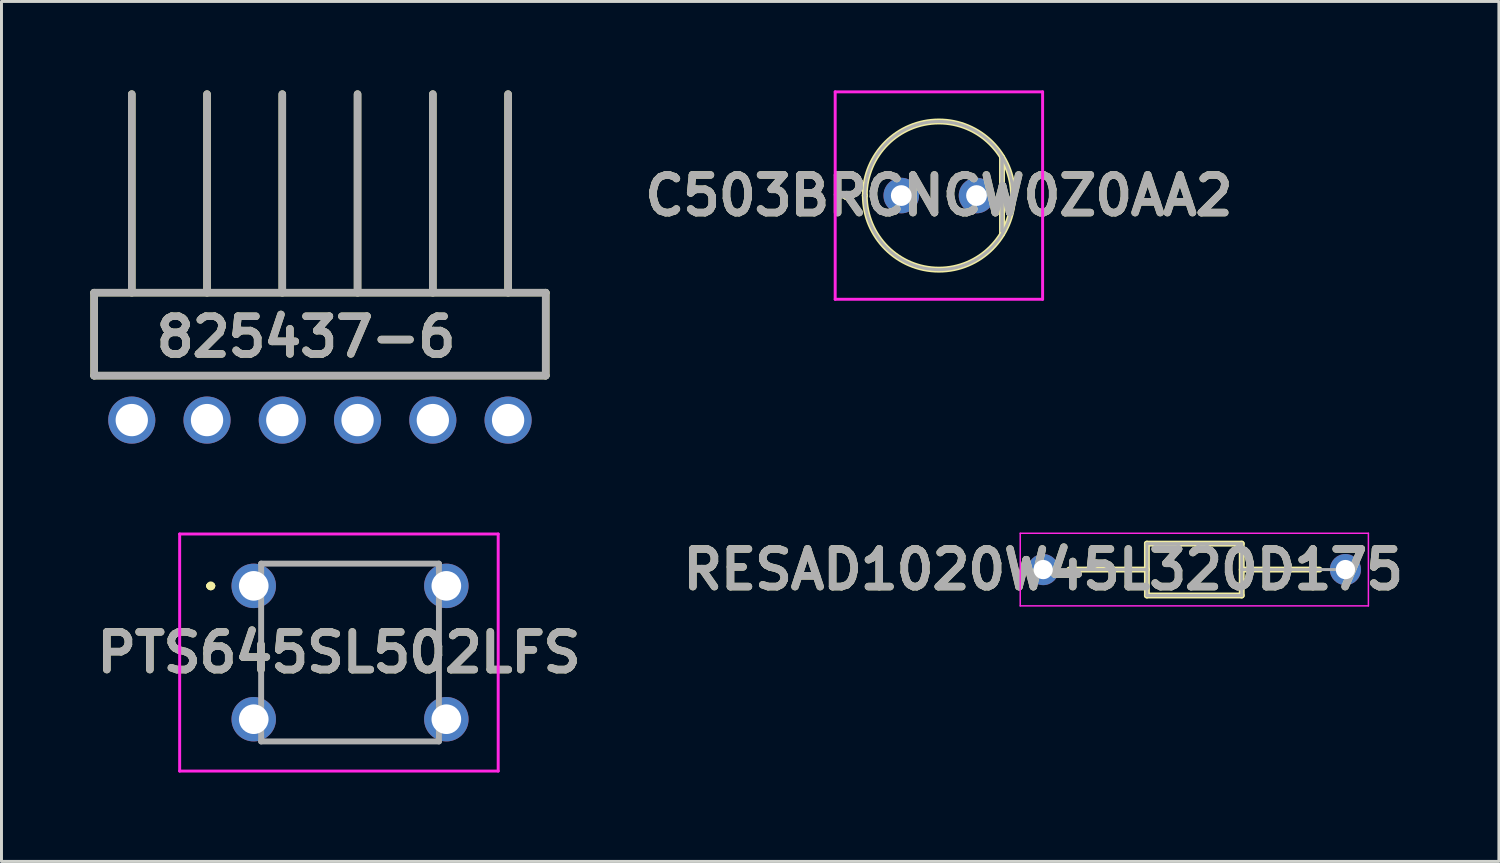
<source format=kicad_pcb>
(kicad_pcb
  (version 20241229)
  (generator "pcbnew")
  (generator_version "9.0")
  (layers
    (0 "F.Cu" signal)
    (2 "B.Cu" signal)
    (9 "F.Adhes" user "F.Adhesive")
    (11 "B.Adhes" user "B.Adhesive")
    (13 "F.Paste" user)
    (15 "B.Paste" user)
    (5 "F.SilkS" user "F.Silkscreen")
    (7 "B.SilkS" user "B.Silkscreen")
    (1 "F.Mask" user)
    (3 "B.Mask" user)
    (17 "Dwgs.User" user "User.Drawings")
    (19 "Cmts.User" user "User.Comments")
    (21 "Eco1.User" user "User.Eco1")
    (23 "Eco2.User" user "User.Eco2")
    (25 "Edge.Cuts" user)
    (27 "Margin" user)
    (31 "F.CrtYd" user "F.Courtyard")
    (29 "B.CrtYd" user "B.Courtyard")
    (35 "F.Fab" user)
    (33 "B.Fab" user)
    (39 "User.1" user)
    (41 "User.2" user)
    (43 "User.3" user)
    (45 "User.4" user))
  (footprint "825437-6"
    (layer "F.Cu")
    (at 7.747 6.827)
    (property "Reference" "825437-6" (at -0.469 1.492 0) (layer "F.SilkS") (effects (font (size 1.27 1.27) (thickness 0.254))))
    (attr through_hole)
    (fp_line (start -7.62 0) (end -7.62 2.8) (stroke (width 0.254) (type solid)) (layer "F.SilkS"))
    (fp_line (start -7.62 2.8) (end 7.62 2.8) (stroke (width 0.254) (type solid)) (layer "F.SilkS"))
    (fp_line (start -6.35 0) (end -6.35 -6.7) (stroke (width 0.254) (type solid)) (layer "F.SilkS"))
    (fp_line (start -3.81 0) (end -3.81 -6.7) (stroke (width 0.254) (type solid)) (layer "F.SilkS"))
    (fp_line (start -1.27 0) (end -1.27 -6.7) (stroke (width 0.254) (type solid)) (layer "F.SilkS"))
    (fp_line (start 1.27 0) (end 1.27 -6.7) (stroke (width 0.254) (type solid)) (layer "F.SilkS"))
    (fp_line (start 3.81 0) (end 3.81 -6.7) (stroke (width 0.254) (type solid)) (layer "F.SilkS"))
    (fp_line (start 6.35 0) (end 6.35 -6.7) (stroke (width 0.254) (type solid)) (layer "F.SilkS"))
    (fp_line (start 7.62 0) (end -7.62 0) (stroke (width 0.254) (type solid)) (layer "F.SilkS"))
    (fp_line (start 7.62 2.8) (end 7.62 0) (stroke (width 0.254) (type solid)) (layer "F.SilkS"))
    (fp_line (start -7.62 0) (end 7.62 0) (stroke (width 0.254) (type solid)) (layer "F.Fab"))
    (fp_line (start -7.62 2.8) (end -7.62 0) (stroke (width 0.254) (type solid)) (layer "F.Fab"))
    (fp_line (start -6.35 0) (end -6.35 -6.7) (stroke (width 0.254) (type solid)) (layer "F.Fab"))
    (fp_line (start -3.81 0) (end -3.81 -6.7) (stroke (width 0.254) (type solid)) (layer "F.Fab"))
    (fp_line (start -1.27 0) (end -1.27 -6.7) (stroke (width 0.254) (type solid)) (layer "F.Fab"))
    (fp_line (start 1.27 0) (end 1.27 -6.7) (stroke (width 0.254) (type solid)) (layer "F.Fab"))
    (fp_line (start 3.81 0) (end 3.81 -6.7) (stroke (width 0.254) (type solid)) (layer "F.Fab"))
    (fp_line (start 6.35 0) (end 6.35 -6.7) (stroke (width 0.254) (type solid)) (layer "F.Fab"))
    (fp_line (start 7.62 0) (end 7.62 2.8) (stroke (width 0.254) (type solid)) (layer "F.Fab"))
    (fp_line (start 7.62 2.8) (end -7.62 2.8) (stroke (width 0.254) (type solid)) (layer "F.Fab"))
    (fp_text user "${REFERENCE}" (at -0.469 1.492 0) (layer "F.Fab") (effects (font (size 1.27 1.27) (thickness 0.254))))
    (pad "1" thru_hole circle (at -6.35 4.3) (size 1.59 1.59) (drill 1.09) (layers "*.Cu" "*.Mask"))
    (pad "2" thru_hole circle (at -3.81 4.3) (size 1.59 1.59) (drill 1.09) (layers "*.Cu" "*.Mask"))
    (pad "3" thru_hole circle (at -1.27 4.3) (size 1.59 1.59) (drill 1.09) (layers "*.Cu" "*.Mask"))
    (pad "4" thru_hole circle (at 1.27 4.3) (size 1.59 1.59) (drill 1.09) (layers "*.Cu" "*.Mask"))
    (pad "5" thru_hole circle (at 3.81 4.3) (size 1.59 1.59) (drill 1.09) (layers "*.Cu" "*.Mask"))
    (pad "6" thru_hole circle (at 6.35 4.3) (size 1.59 1.59) (drill 1.09) (layers "*.Cu" "*.Mask")))
  (footprint "RESAD1020W45L320D175"
    (layer "F.Cu")
    (at 32.156 16.172)
    (property "Reference" "RESAD1020W45L320D175" (at 0 0 0) (layer "F.SilkS") (effects (font (size 1.27 1.27) (thickness 0.254))))
    (attr through_hole)
    (fp_line (start 0.875 0) (end 3.5 0) (stroke (width 0.2) (type solid)) (layer "F.SilkS"))
    (fp_line (start 3.5 -0.875) (end 6.7 -0.875) (stroke (width 0.2) (type solid)) (layer "F.SilkS"))
    (fp_line (start 3.5 0.875) (end 3.5 -0.875) (stroke (width 0.2) (type solid)) (layer "F.SilkS"))
    (fp_line (start 6.7 -0.875) (end 6.7 0.875) (stroke (width 0.2) (type solid)) (layer "F.SilkS"))
    (fp_line (start 6.7 0) (end 9.325 0) (stroke (width 0.2) (type solid)) (layer "F.SilkS"))
    (fp_line (start 6.7 0.875) (end 3.5 0.875) (stroke (width 0.2) (type solid)) (layer "F.SilkS"))
    (fp_line (start -0.775 -1.225) (end 10.975 -1.225) (stroke (width 0.05) (type solid)) (layer "F.CrtYd"))
    (fp_line (start -0.775 1.225) (end -0.775 -1.225) (stroke (width 0.05) (type solid)) (layer "F.CrtYd"))
    (fp_line (start 10.975 -1.225) (end 10.975 1.225) (stroke (width 0.05) (type solid)) (layer "F.CrtYd"))
    (fp_line (start 10.975 1.225) (end -0.775 1.225) (stroke (width 0.05) (type solid)) (layer "F.CrtYd"))
    (fp_line (start 0 0) (end 3.5 0) (stroke (width 0.1) (type solid)) (layer "F.Fab"))
    (fp_line (start 3.5 -0.875) (end 6.7 -0.875) (stroke (width 0.1) (type solid)) (layer "F.Fab"))
    (fp_line (start 3.5 0.875) (end 3.5 -0.875) (stroke (width 0.1) (type solid)) (layer "F.Fab"))
    (fp_line (start 6.7 -0.875) (end 6.7 0.875) (stroke (width 0.1) (type solid)) (layer "F.Fab"))
    (fp_line (start 6.7 0) (end 10.2 0) (stroke (width 0.1) (type solid)) (layer "F.Fab"))
    (fp_line (start 6.7 0.875) (end 3.5 0.875) (stroke (width 0.1) (type solid)) (layer "F.Fab"))
    (fp_text user "${REFERENCE}" (at 0 0 0) (layer "F.Fab") (effects (font (size 1.27 1.27) (thickness 0.254))))
    (pad "1" thru_hole circle (at 0 0) (size 1.05 1.05) (drill 0.65) (layers "*.Cu" "*.Mask"))
    (pad "2" thru_hole circle (at 10.2 0) (size 1.05 1.05) (drill 0.65) (layers "*.Cu" "*.Mask")))
  (footprint "C503BRCNCW0Z0AA2"
    (layer "F.Cu")
    (at 27.366 3.55)
    (property "Reference" "C503BRCNCW0Z0AA2" (at 1.27 0 0) (layer "F.SilkS") (effects (font (size 1.27 1.27) (thickness 0.254))))
    (attr through_hole)
    (fp_line (start -1.9 0) (end -1.9 0) (stroke (width 0.2) (type solid)) (layer "F.SilkS"))
    (fp_line (start -1.9 0) (end -1.9 0) (stroke (width 0.2) (type solid)) (layer "F.SilkS"))
    (fp_line (start -1.8 0) (end -1.8 0) (stroke (width 0.2) (type solid)) (layer "F.SilkS"))
    (fp_line (start -1.23 0) (end -1.23 0) (stroke (width 0.2) (type solid)) (layer "F.SilkS"))
    (fp_line (start 3.4 -1.3) (end 3.4 1.3) (stroke (width 0.2) (type solid)) (layer "F.SilkS"))
    (fp_line (start 3.77 0) (end 3.77 0) (stroke (width 0.2) (type solid)) (layer "F.SilkS"))
    (fp_arc (start -1.9 0) (mid -1.85 -0.05) (end -1.8 0) (stroke (width 0.2) (type solid)) (layer "F.SilkS"))
    (fp_arc (start -1.8 0) (mid -1.85 0.05) (end -1.9 0) (stroke (width 0.2) (type solid)) (layer "F.SilkS"))
    (fp_arc (start -1.8 0) (mid -1.85 0.05) (end -1.9 0) (stroke (width 0.2) (type solid)) (layer "F.SilkS"))
    (fp_arc (start -1.23 0) (mid 1.27 -2.5) (end 3.77 0) (stroke (width 0.2) (type solid)) (layer "F.SilkS"))
    (fp_arc (start 3.77 0) (mid 1.27 2.5) (end -1.23 0) (stroke (width 0.2) (type solid)) (layer "F.SilkS"))
    (fp_line (start -2.23 -3.5) (end 4.77 -3.5) (stroke (width 0.1) (type solid)) (layer "F.CrtYd"))
    (fp_line (start -2.23 3.5) (end -2.23 -3.5) (stroke (width 0.1) (type solid)) (layer "F.CrtYd"))
    (fp_line (start 4.77 -3.5) (end 4.77 3.5) (stroke (width 0.1) (type solid)) (layer "F.CrtYd"))
    (fp_line (start 4.77 3.5) (end -2.23 3.5) (stroke (width 0.1) (type solid)) (layer "F.CrtYd"))
    (fp_line (start -1.23 0) (end -1.23 0) (stroke (width 0.1) (type solid)) (layer "F.Fab"))
    (fp_line (start 3.4 -1.3) (end 3.4 -1.3) (stroke (width 0.1) (type solid)) (layer "F.Fab"))
    (fp_line (start 3.4 -1.3) (end 3.4 1.2) (stroke (width 0.1) (type solid)) (layer "F.Fab"))
    (fp_line (start 3.4 1.2) (end 3.4 -1.3) (stroke (width 0.1) (type solid)) (layer "F.Fab"))
    (fp_line (start 3.4 1.2) (end 3.4 1.2) (stroke (width 0.1) (type solid)) (layer "F.Fab"))
    (fp_line (start 3.77 0) (end 3.77 0) (stroke (width 0.1) (type solid)) (layer "F.Fab"))
    (fp_arc (start -1.23 0) (mid 1.27 -2.5) (end 3.77 0) (stroke (width 0.1) (type solid)) (layer "F.Fab"))
    (fp_arc (start 3.77 0) (mid 1.27 2.5) (end -1.23 0) (stroke (width 0.1) (type solid)) (layer "F.Fab"))
    (fp_text user "${REFERENCE}" (at 1.27 0 0) (layer "F.Fab") (effects (font (size 1.27 1.27) (thickness 0.254))))
    (pad "1" thru_hole circle (at 0 0) (size 1.2 1.2) (drill 0.7) (layers "*.Cu" "*.Mask"))
    (pad "2" thru_hole circle (at 2.54 0) (size 1.2 1.2) (drill 0.7) (layers "*.Cu" "*.Mask")))
  (footprint "PTS645SL502LFS"
    (layer "F.Cu")
    (at 5.513 16.722)
    (property "Reference" "PTS645SL502LFS" (at 2.875 2.25 0) (layer "F.SilkS") (effects (font (size 1.27 1.27) (thickness 0.254))))
    (attr through_hole)
    (fp_line (start -1.5 0) (end -1.5 0) (stroke (width 0.2) (type solid)) (layer "F.SilkS"))
    (fp_line (start -1.5 0) (end -1.5 0) (stroke (width 0.2) (type solid)) (layer "F.SilkS"))
    (fp_line (start -1.4 0) (end -1.4 0) (stroke (width 0.2) (type solid)) (layer "F.SilkS"))
    (fp_line (start 0.25 1.25) (end 0.25 1.25) (stroke (width 0.1) (type solid)) (layer "F.SilkS"))
    (fp_line (start 0.25 1.25) (end 0.25 3.25) (stroke (width 0.1) (type solid)) (layer "F.SilkS"))
    (fp_line (start 0.25 3.25) (end 0.25 1.25) (stroke (width 0.1) (type solid)) (layer "F.SilkS"))
    (fp_line (start 0.25 3.25) (end 0.25 3.25) (stroke (width 0.1) (type solid)) (layer "F.SilkS"))
    (fp_line (start 1 -0.75) (end 1 -0.75) (stroke (width 0.1) (type solid)) (layer "F.SilkS"))
    (fp_line (start 1 -0.75) (end 5.5 -0.75) (stroke (width 0.1) (type solid)) (layer "F.SilkS"))
    (fp_line (start 1.25 5.25) (end 1.25 5.25) (stroke (width 0.1) (type solid)) (layer "F.SilkS"))
    (fp_line (start 1.25 5.25) (end 5.25 5.25) (stroke (width 0.1) (type solid)) (layer "F.SilkS"))
    (fp_line (start 5.25 5.25) (end 1.25 5.25) (stroke (width 0.1) (type solid)) (layer "F.SilkS"))
    (fp_line (start 5.25 5.25) (end 5.25 5.25) (stroke (width 0.1) (type solid)) (layer "F.SilkS"))
    (fp_line (start 5.5 -0.75) (end 1 -0.75) (stroke (width 0.1) (type solid)) (layer "F.SilkS"))
    (fp_line (start 5.5 -0.75) (end 5.5 -0.75) (stroke (width 0.1) (type solid)) (layer "F.SilkS"))
    (fp_line (start 6.25 1.25) (end 6.25 1.25) (stroke (width 0.1) (type solid)) (layer "F.SilkS"))
    (fp_line (start 6.25 1.25) (end 6.25 3.25) (stroke (width 0.1) (type solid)) (layer "F.SilkS"))
    (fp_line (start 6.25 3.25) (end 6.25 1.25) (stroke (width 0.1) (type solid)) (layer "F.SilkS"))
    (fp_line (start 6.25 3.25) (end 6.25 3.25) (stroke (width 0.1) (type solid)) (layer "F.SilkS"))
    (fp_arc (start -1.5 0) (mid -1.45 -0.05) (end -1.4 0) (stroke (width 0.2) (type solid)) (layer "F.SilkS"))
    (fp_arc (start -1.4 0) (mid -1.45 0.05) (end -1.5 0) (stroke (width 0.2) (type solid)) (layer "F.SilkS"))
    (fp_arc (start -1.4 0) (mid -1.45 0.05) (end -1.5 0) (stroke (width 0.2) (type solid)) (layer "F.SilkS"))
    (fp_line (start -2.5 -1.75) (end 8.25 -1.75) (stroke (width 0.1) (type solid)) (layer "F.CrtYd"))
    (fp_line (start -2.5 6.25) (end -2.5 -1.75) (stroke (width 0.1) (type solid)) (layer "F.CrtYd"))
    (fp_line (start 8.25 -1.75) (end 8.25 6.25) (stroke (width 0.1) (type solid)) (layer "F.CrtYd"))
    (fp_line (start 8.25 6.25) (end -2.5 6.25) (stroke (width 0.1) (type solid)) (layer "F.CrtYd"))
    (fp_line (start 0.25 -0.75) (end 0.25 5.25) (stroke (width 0.2) (type solid)) (layer "F.Fab"))
    (fp_line (start 0.25 5.25) (end 6.25 5.25) (stroke (width 0.2) (type solid)) (layer "F.Fab"))
    (fp_line (start 6.25 -0.75) (end 0.25 -0.75) (stroke (width 0.2) (type solid)) (layer "F.Fab"))
    (fp_line (start 6.25 5.25) (end 6.25 -0.75) (stroke (width 0.2) (type solid)) (layer "F.Fab"))
    (fp_text user "${REFERENCE}" (at 2.875 2.25 0) (layer "F.Fab") (effects (font (size 1.27 1.27) (thickness 0.254))))
    (pad "1" thru_hole circle (at 0 0) (size 1.5 1.5) (drill 1) (layers "*.Cu" "*.Mask"))
    (pad "2" thru_hole circle (at 6.5 0) (size 1.5 1.5) (drill 1) (layers "*.Cu" "*.Mask"))
    (pad "3" thru_hole circle (at 0 4.5) (size 1.5 1.5) (drill 1) (layers "*.Cu" "*.Mask"))
    (pad "4" thru_hole circle (at 6.5 4.5) (size 1.5 1.5) (drill 1) (layers "*.Cu" "*.Mask")))
  (gr_rect
    (start -3 -3)
    (end 47.535 26.022)
    (stroke (width 0.1) (type default))
    (fill no)
    (layer "Edge.Cuts")))
</source>
